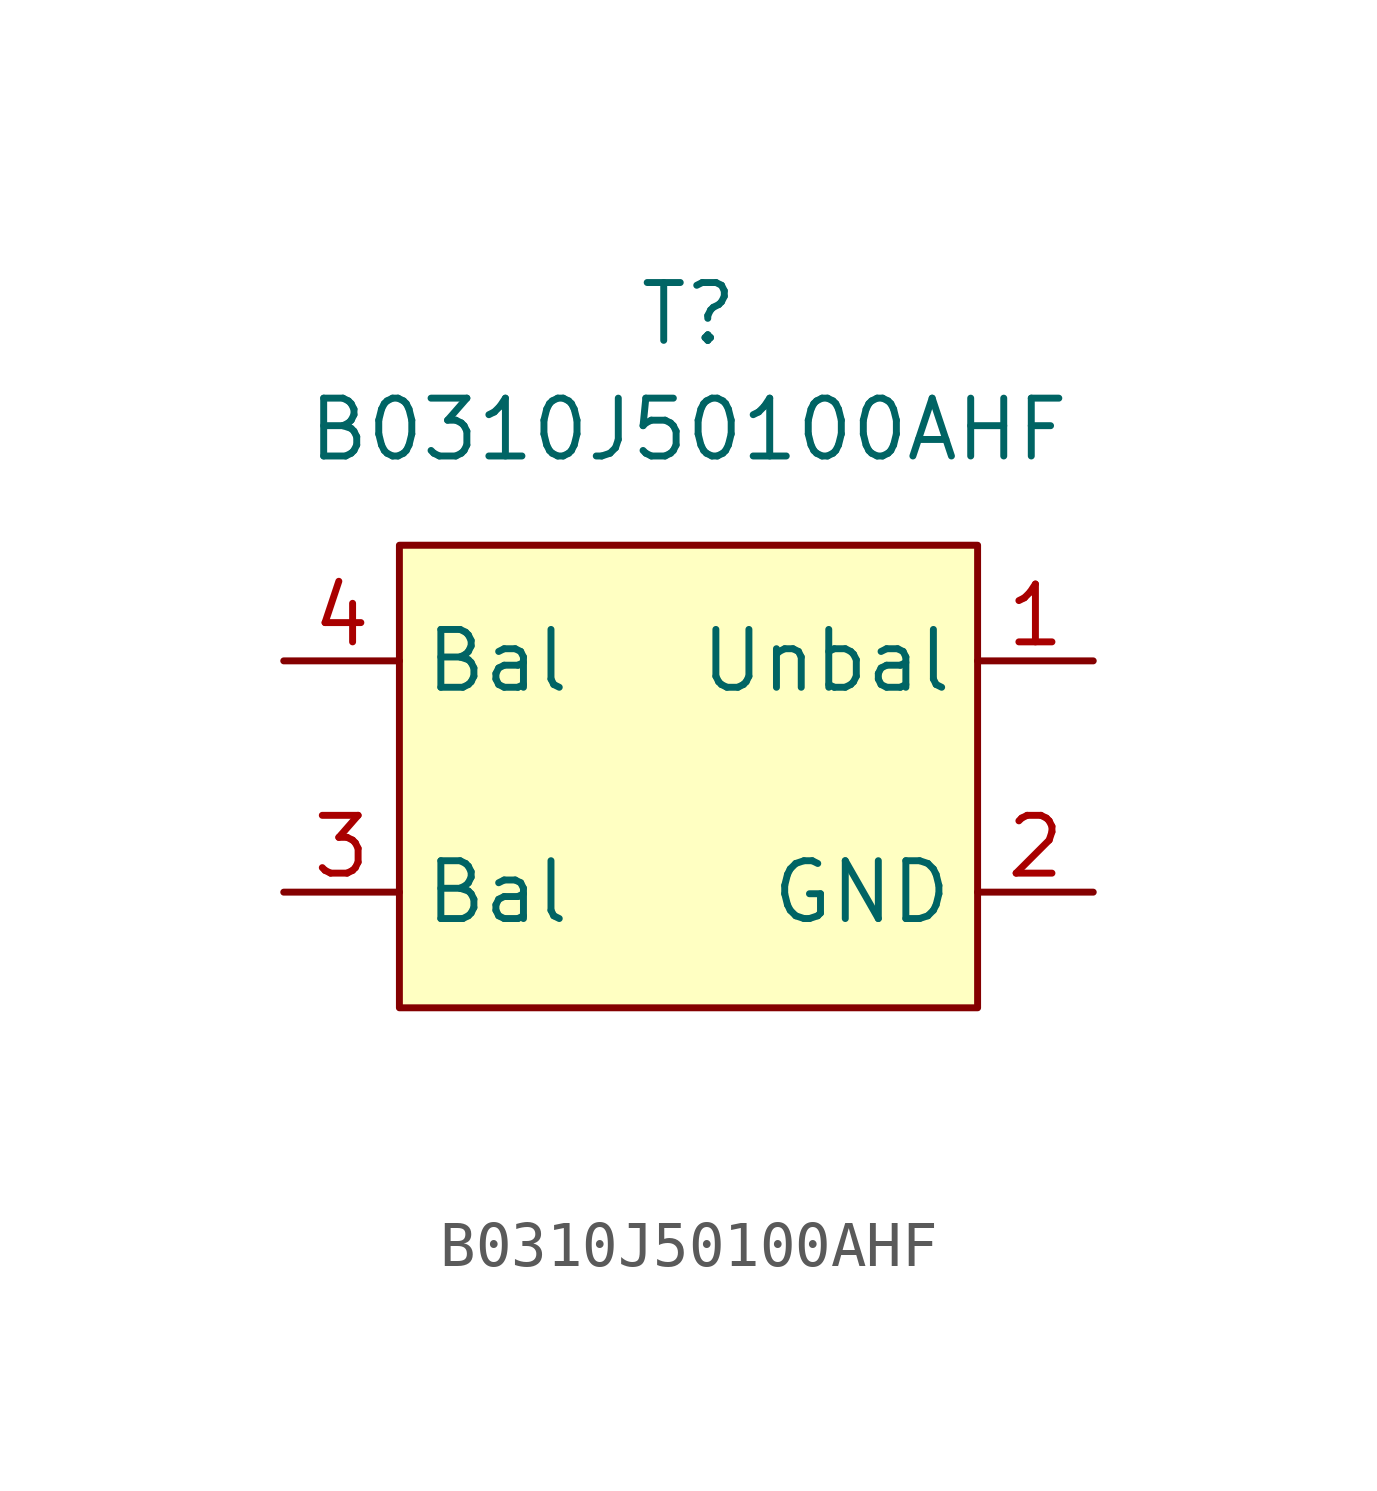
<source format=kicad_sym>
(kicad_symbol_lib
  (version 20231120)
  (generator "kicad_symbol_editor")
  (generator_version "8.0")
  (symbol "B0310J50100AHF"
    (property "Reference" "T"
      (at 0 10.16 0)
      (effects (font (size 1.27 1.27))))
    (property "Value" "B0310J50100AHF"
      (at 0 7.62 0)
      (effects (font (size 1.27 1.27))))
    (symbol "B0310J50100AHF_1_1"
      (rectangle (start -6.35 5.08) (end 6.35 -5.08) (stroke (width 0) (type default)) (fill (type background)))
      (pin bidirectional line (at 8.89 2.54 180) (length 2.54) (name "Unbal" (effects (font (size 1.27 1.27)))) (number "1" (effects (font (size 1.27 1.27)))))
      (pin bidirectional line (at 8.89 -2.54 180) (length 2.54) (name "GND" (effects (font (size 1.27 1.27)))) (number "2" (effects (font (size 1.27 1.27)))))
      (pin bidirectional line (at -8.89 -2.54 0) (length 2.54) (name "Bal" (effects (font (size 1.27 1.27)))) (number "3" (effects (font (size 1.27 1.27)))))
      (pin bidirectional line (at -8.89 2.54 0) (length 2.54) (name "Bal" (effects (font (size 1.27 1.27)))) (number "4" (effects (font (size 1.27 1.27)))))
      (pin no_connect line (at 0 -7.62 90) (length 2.54) hide (name "NC" (effects (font (size 1.27 1.27)))) (number "5" (effects (font (size 1.27 1.27)))))
      (pin no_connect line (at 0 -7.62 90) (length 2.54) hide (name "NC" (effects (font (size 1.27 1.27)))) (number "6" (effects (font (size 1.27 1.27))))))))
</source>
